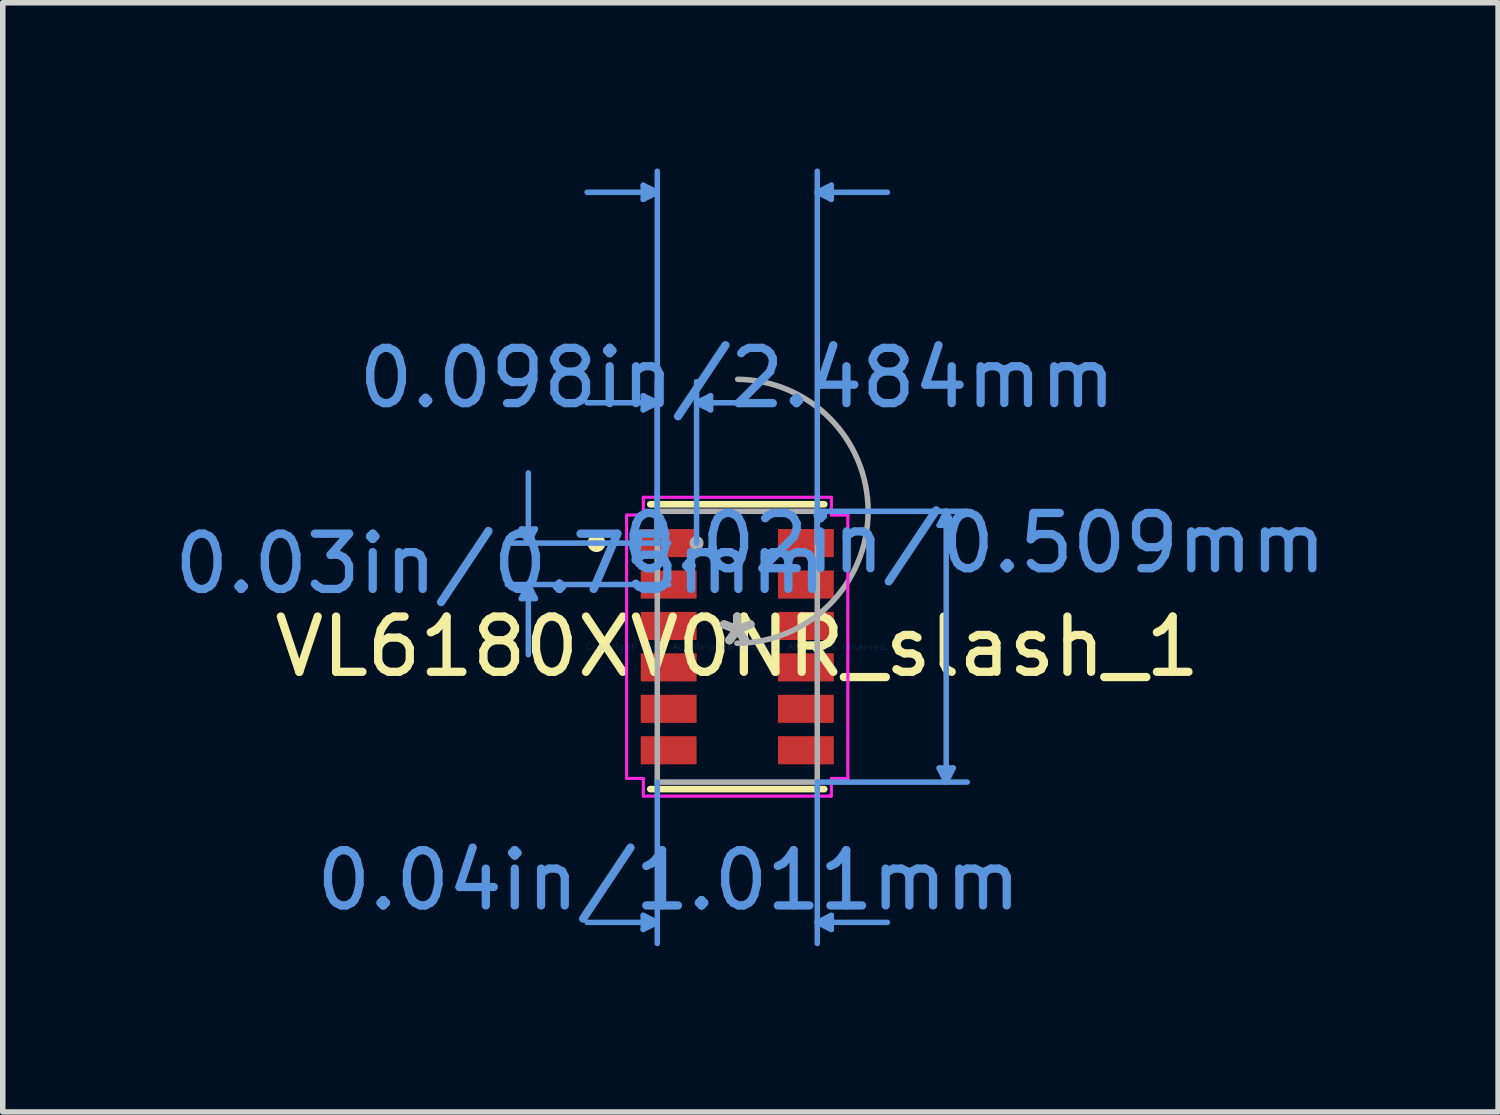
<source format=kicad_pcb>
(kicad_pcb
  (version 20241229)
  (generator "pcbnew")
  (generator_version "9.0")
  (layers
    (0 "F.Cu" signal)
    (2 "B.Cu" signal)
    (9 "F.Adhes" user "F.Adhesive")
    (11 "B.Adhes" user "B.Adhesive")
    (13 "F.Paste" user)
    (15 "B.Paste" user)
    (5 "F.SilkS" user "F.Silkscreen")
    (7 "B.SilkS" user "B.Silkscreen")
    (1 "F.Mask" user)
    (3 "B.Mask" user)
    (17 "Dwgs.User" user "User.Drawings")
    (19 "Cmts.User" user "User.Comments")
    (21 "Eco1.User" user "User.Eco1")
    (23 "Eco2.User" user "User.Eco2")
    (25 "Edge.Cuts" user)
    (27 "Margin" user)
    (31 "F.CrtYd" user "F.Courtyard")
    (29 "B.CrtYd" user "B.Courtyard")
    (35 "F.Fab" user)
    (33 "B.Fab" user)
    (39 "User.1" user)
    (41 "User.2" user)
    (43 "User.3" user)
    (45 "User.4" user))
  (footprint "VL6180XV0NR_slash_1"
    (layer "F.Cu")
    (at 10.296 8.656)
    (property "Reference" "VL6180XV0NR_slash_1" (at 0 0 0) (layer "F.SilkS") (effects (font (size 1 1) (thickness 0.15))))
    (attr through_hole)
    (fp_line (start -1.575 2.578) (end 1.575 2.578) (stroke (width 0.12) (type solid)) (layer "F.SilkS"))
    (fp_line (start 1.575 -2.578) (end -1.575 -2.578) (stroke (width 0.12) (type solid)) (layer "F.SilkS"))
    (fp_circle (center -2.549 -1.875) (end -2.447 -1.875) (stroke (width 0.12) (type solid)) (fill no) (layer "F.SilkS"))
    (fp_line (start -3.909 -2.129) (end -3.655 -2.129) (stroke (width 0.1) (type solid)) (layer "Cmts.User"))
    (fp_line (start -3.909 -0.871) (end -3.655 -0.871) (stroke (width 0.1) (type solid)) (layer "Cmts.User"))
    (fp_line (start -3.782 -1.875) (end -3.909 -2.129) (stroke (width 0.1) (type solid)) (layer "Cmts.User"))
    (fp_line (start -3.782 -1.875) (end -3.782 -3.145) (stroke (width 0.1) (type solid)) (layer "Cmts.User"))
    (fp_line (start -3.782 -1.875) (end -3.655 -2.129) (stroke (width 0.1) (type solid)) (layer "Cmts.User"))
    (fp_line (start -3.782 -1.125) (end -3.909 -0.871) (stroke (width 0.1) (type solid)) (layer "Cmts.User"))
    (fp_line (start -3.782 -1.125) (end -3.782 0.145) (stroke (width 0.1) (type solid)) (layer "Cmts.User"))
    (fp_line (start -3.782 -1.125) (end -3.655 -0.871) (stroke (width 0.1) (type solid)) (layer "Cmts.User"))
    (fp_line (start -1.702 -8.352) (end -1.702 -8.098) (stroke (width 0.1) (type solid)) (layer "Cmts.User"))
    (fp_line (start -1.702 -4.542) (end -1.702 -4.288) (stroke (width 0.1) (type solid)) (layer "Cmts.User"))
    (fp_line (start -1.702 4.864) (end -1.702 5.118) (stroke (width 0.1) (type solid)) (layer "Cmts.User"))
    (fp_line (start -1.448 -8.225) (end -2.718 -8.225) (stroke (width 0.1) (type solid)) (layer "Cmts.User"))
    (fp_line (start -1.448 -8.225) (end -1.702 -8.352) (stroke (width 0.1) (type solid)) (layer "Cmts.User"))
    (fp_line (start -1.448 -8.225) (end -1.702 -8.098) (stroke (width 0.1) (type solid)) (layer "Cmts.User"))
    (fp_line (start -1.448 -4.415) (end -2.718 -4.415) (stroke (width 0.1) (type solid)) (layer "Cmts.User"))
    (fp_line (start -1.448 -4.415) (end -1.702 -4.542) (stroke (width 0.1) (type solid)) (layer "Cmts.User"))
    (fp_line (start -1.448 -4.415) (end -1.702 -4.288) (stroke (width 0.1) (type solid)) (layer "Cmts.User"))
    (fp_line (start -1.448 -1.875) (end -1.448 -8.606) (stroke (width 0.1) (type solid)) (layer "Cmts.User"))
    (fp_line (start -1.448 -1.875) (end -1.448 -4.796) (stroke (width 0.1) (type solid)) (layer "Cmts.User"))
    (fp_line (start -1.448 2.451) (end -1.448 5.372) (stroke (width 0.1) (type solid)) (layer "Cmts.User"))
    (fp_line (start -1.448 4.991) (end -2.718 4.991) (stroke (width 0.1) (type solid)) (layer "Cmts.User"))
    (fp_line (start -1.448 4.991) (end -1.702 4.864) (stroke (width 0.1) (type solid)) (layer "Cmts.User"))
    (fp_line (start -1.448 4.991) (end -1.702 5.118) (stroke (width 0.1) (type solid)) (layer "Cmts.User"))
    (fp_line (start -1.242 -1.875) (end -4.163 -1.875) (stroke (width 0.1) (type solid)) (layer "Cmts.User"))
    (fp_line (start -1.242 -1.125) (end -4.163 -1.125) (stroke (width 0.1) (type solid)) (layer "Cmts.User"))
    (fp_line (start -0.737 -4.415) (end -0.483 -4.542) (stroke (width 0.1) (type solid)) (layer "Cmts.User"))
    (fp_line (start -0.737 -4.415) (end -0.483 -4.288) (stroke (width 0.1) (type solid)) (layer "Cmts.User"))
    (fp_line (start -0.737 -4.415) (end 0.533 -4.415) (stroke (width 0.1) (type solid)) (layer "Cmts.User"))
    (fp_line (start -0.737 -1.875) (end -0.737 -4.796) (stroke (width 0.1) (type solid)) (layer "Cmts.User"))
    (fp_line (start -0.483 -4.542) (end -0.483 -4.288) (stroke (width 0.1) (type solid)) (layer "Cmts.User"))
    (fp_line (start 1.448 -8.225) (end 1.702 -8.352) (stroke (width 0.1) (type solid)) (layer "Cmts.User"))
    (fp_line (start 1.448 -8.225) (end 1.702 -8.098) (stroke (width 0.1) (type solid)) (layer "Cmts.User"))
    (fp_line (start 1.448 -8.225) (end 2.718 -8.225) (stroke (width 0.1) (type solid)) (layer "Cmts.User"))
    (fp_line (start 1.448 -2.451) (end 4.163 -2.451) (stroke (width 0.1) (type solid)) (layer "Cmts.User"))
    (fp_line (start 1.448 -1.875) (end 1.448 -8.606) (stroke (width 0.1) (type solid)) (layer "Cmts.User"))
    (fp_line (start 1.448 2.451) (end 1.448 5.372) (stroke (width 0.1) (type solid)) (layer "Cmts.User"))
    (fp_line (start 1.448 2.451) (end 4.163 2.451) (stroke (width 0.1) (type solid)) (layer "Cmts.User"))
    (fp_line (start 1.448 4.991) (end 1.702 4.864) (stroke (width 0.1) (type solid)) (layer "Cmts.User"))
    (fp_line (start 1.448 4.991) (end 1.702 5.118) (stroke (width 0.1) (type solid)) (layer "Cmts.User"))
    (fp_line (start 1.448 4.991) (end 2.718 4.991) (stroke (width 0.1) (type solid)) (layer "Cmts.User"))
    (fp_line (start 1.702 -8.352) (end 1.702 -8.098) (stroke (width 0.1) (type solid)) (layer "Cmts.User"))
    (fp_line (start 1.702 4.864) (end 1.702 5.118) (stroke (width 0.1) (type solid)) (layer "Cmts.User"))
    (fp_line (start 3.655 -2.197) (end 3.909 -2.197) (stroke (width 0.1) (type solid)) (layer "Cmts.User"))
    (fp_line (start 3.655 2.197) (end 3.909 2.197) (stroke (width 0.1) (type solid)) (layer "Cmts.User"))
    (fp_line (start 3.782 -2.451) (end 3.655 -2.197) (stroke (width 0.1) (type solid)) (layer "Cmts.User"))
    (fp_line (start 3.782 -2.451) (end 3.782 2.451) (stroke (width 0.1) (type solid)) (layer "Cmts.User"))
    (fp_line (start 3.782 -2.451) (end 3.909 -2.197) (stroke (width 0.1) (type solid)) (layer "Cmts.User"))
    (fp_line (start 3.782 2.451) (end 3.655 2.197) (stroke (width 0.1) (type solid)) (layer "Cmts.User"))
    (fp_line (start 3.782 2.451) (end 3.909 2.197) (stroke (width 0.1) (type solid)) (layer "Cmts.User"))
    (fp_line (start -2.002 -2.383) (end -1.702 -2.383) (stroke (width 0.05) (type solid)) (layer "F.CrtYd"))
    (fp_line (start -2.002 -2.383) (end -1.702 -2.383) (stroke (width 0.05) (type solid)) (layer "F.CrtYd"))
    (fp_line (start -2.002 2.383) (end -2.002 -2.383) (stroke (width 0.05) (type solid)) (layer "F.CrtYd"))
    (fp_line (start -2.002 2.383) (end -2.002 -2.383) (stroke (width 0.05) (type solid)) (layer "F.CrtYd"))
    (fp_line (start -2.002 2.383) (end -1.702 2.383) (stroke (width 0.05) (type solid)) (layer "F.CrtYd"))
    (fp_line (start -1.702 -2.705) (end 1.702 -2.705) (stroke (width 0.05) (type solid)) (layer "F.CrtYd"))
    (fp_line (start -1.702 -2.705) (end 1.702 -2.705) (stroke (width 0.05) (type solid)) (layer "F.CrtYd"))
    (fp_line (start -1.702 -2.383) (end -1.702 -2.705) (stroke (width 0.05) (type solid)) (layer "F.CrtYd"))
    (fp_line (start -1.702 -2.383) (end -1.702 -2.705) (stroke (width 0.05) (type solid)) (layer "F.CrtYd"))
    (fp_line (start -1.702 2.383) (end -2.002 2.383) (stroke (width 0.05) (type solid)) (layer "F.CrtYd"))
    (fp_line (start -1.702 2.705) (end -1.702 2.383) (stroke (width 0.05) (type solid)) (layer "F.CrtYd"))
    (fp_line (start -1.702 2.705) (end -1.702 2.383) (stroke (width 0.05) (type solid)) (layer "F.CrtYd"))
    (fp_line (start 1.702 -2.705) (end 1.702 -2.383) (stroke (width 0.05) (type solid)) (layer "F.CrtYd"))
    (fp_line (start 1.702 -2.705) (end 1.702 -2.383) (stroke (width 0.05) (type solid)) (layer "F.CrtYd"))
    (fp_line (start 1.702 -2.383) (end 2.002 -2.383) (stroke (width 0.05) (type solid)) (layer "F.CrtYd"))
    (fp_line (start 1.702 2.383) (end 1.702 2.705) (stroke (width 0.05) (type solid)) (layer "F.CrtYd"))
    (fp_line (start 1.702 2.383) (end 1.702 2.705) (stroke (width 0.05) (type solid)) (layer "F.CrtYd"))
    (fp_line (start 1.702 2.705) (end -1.702 2.705) (stroke (width 0.05) (type solid)) (layer "F.CrtYd"))
    (fp_line (start 1.702 2.705) (end -1.702 2.705) (stroke (width 0.05) (type solid)) (layer "F.CrtYd"))
    (fp_line (start 2.002 -2.383) (end 1.702 -2.383) (stroke (width 0.05) (type solid)) (layer "F.CrtYd"))
    (fp_line (start 2.002 -2.383) (end 2.002 2.383) (stroke (width 0.05) (type solid)) (layer "F.CrtYd"))
    (fp_line (start 2.002 -2.383) (end 2.002 2.383) (stroke (width 0.05) (type solid)) (layer "F.CrtYd"))
    (fp_line (start 2.002 2.383) (end 1.702 2.383) (stroke (width 0.05) (type solid)) (layer "F.CrtYd"))
    (fp_line (start 2.002 2.383) (end 1.702 2.383) (stroke (width 0.05) (type solid)) (layer "F.CrtYd"))
    (fp_line (start -1.448 -2.451) (end -1.448 2.451) (stroke (width 0.1) (type solid)) (layer "F.Fab"))
    (fp_line (start -1.448 2.451) (end 1.448 2.451) (stroke (width 0.1) (type solid)) (layer "F.Fab"))
    (fp_line (start 1.448 -2.451) (end -1.448 -2.451) (stroke (width 0.1) (type solid)) (layer "F.Fab"))
    (fp_line (start 1.448 2.451) (end 1.448 -2.451) (stroke (width 0.1) (type solid)) (layer "F.Fab"))
    (fp_arc (start 0.007742 -4.839942) (mid 2.388842 -2.443358) (end -0.007742 -0.062258) (stroke (width 0.1) (type solid)) (layer "F.Fab"))
    (fp_circle (center -0.737 -1.875) (end -0.66 -1.875) (stroke (width 0.1) (type solid)) (fill no) (layer "F.Fab"))
    (fp_text user "*" (at 0 0 0) (layer "F.SilkS") (effects (font (size 1 1) (thickness 0.15))))
    (fp_text user "0.098in/2.484mm" (at 0 -4.864 0) (layer "Cmts.User") (effects (font (size 1 1) (thickness 0.15))))
    (fp_text user "0.04in/1.011mm" (at -1.242 4.229 0) (layer "Cmts.User") (effects (font (size 1 1) (thickness 0.15))))
    (fp_text user "Copyright 2021 Accelerated Designs. All rights reserved." (at 0 0 0) (layer "Cmts.User") (effects (font (size 0.127 0.127) (thickness 0.002))))
    (fp_text user "0.02in/0.509mm" (at 4.29 -1.875 0) (layer "Cmts.User") (effects (font (size 1 1) (thickness 0.15))))
    (fp_text user "0.03in/0.75mm" (at -4.29 -1.5 0) (layer "Cmts.User") (effects (font (size 1 1) (thickness 0.15))))
    (fp_text user "*" (at 0 0 0) (layer "F.Fab") (effects (font (size 1 1) (thickness 0.15))))
    (pad "1" smd rect (at -1.242 -1.875) (size 1.011 0.509) (layers "F.Cu" "F.Mask" "F.Paste"))
    (pad "2" smd rect (at -1.242 -1.125) (size 1.011 0.509) (layers "F.Cu" "F.Mask" "F.Paste"))
    (pad "3" smd rect (at -1.242 -0.375) (size 1.011 0.509) (layers "F.Cu" "F.Mask" "F.Paste"))
    (pad "4" smd rect (at -1.242 0.375) (size 1.011 0.509) (layers "F.Cu" "F.Mask" "F.Paste"))
    (pad "5" smd rect (at -1.242 1.125) (size 1.011 0.509) (layers "F.Cu" "F.Mask" "F.Paste"))
    (pad "6" smd rect (at -1.242 1.875) (size 1.011 0.509) (layers "F.Cu" "F.Mask" "F.Paste"))
    (pad "7" smd rect (at 1.242 1.875) (size 1.011 0.509) (layers "F.Cu" "F.Mask" "F.Paste"))
    (pad "8" smd rect (at 1.242 1.125) (size 1.011 0.509) (layers "F.Cu" "F.Mask" "F.Paste"))
    (pad "9" smd rect (at 1.242 0.375) (size 1.011 0.509) (layers "F.Cu" "F.Mask" "F.Paste"))
    (pad "10" smd rect (at 1.242 -0.375) (size 1.011 0.509) (layers "F.Cu" "F.Mask" "F.Paste"))
    (pad "11" smd rect (at 1.242 -1.125) (size 1.011 0.509) (layers "F.Cu" "F.Mask" "F.Paste"))
    (pad "12" smd rect (at 1.242 -1.875) (size 1.011 0.509) (layers "F.Cu" "F.Mask" "F.Paste")))
  (gr_rect
    (start -3 -3)
    (end 24.068 17.078)
    (stroke (width 0.1) (type default))
    (fill no)
    (layer "Edge.Cuts")))
</source>
